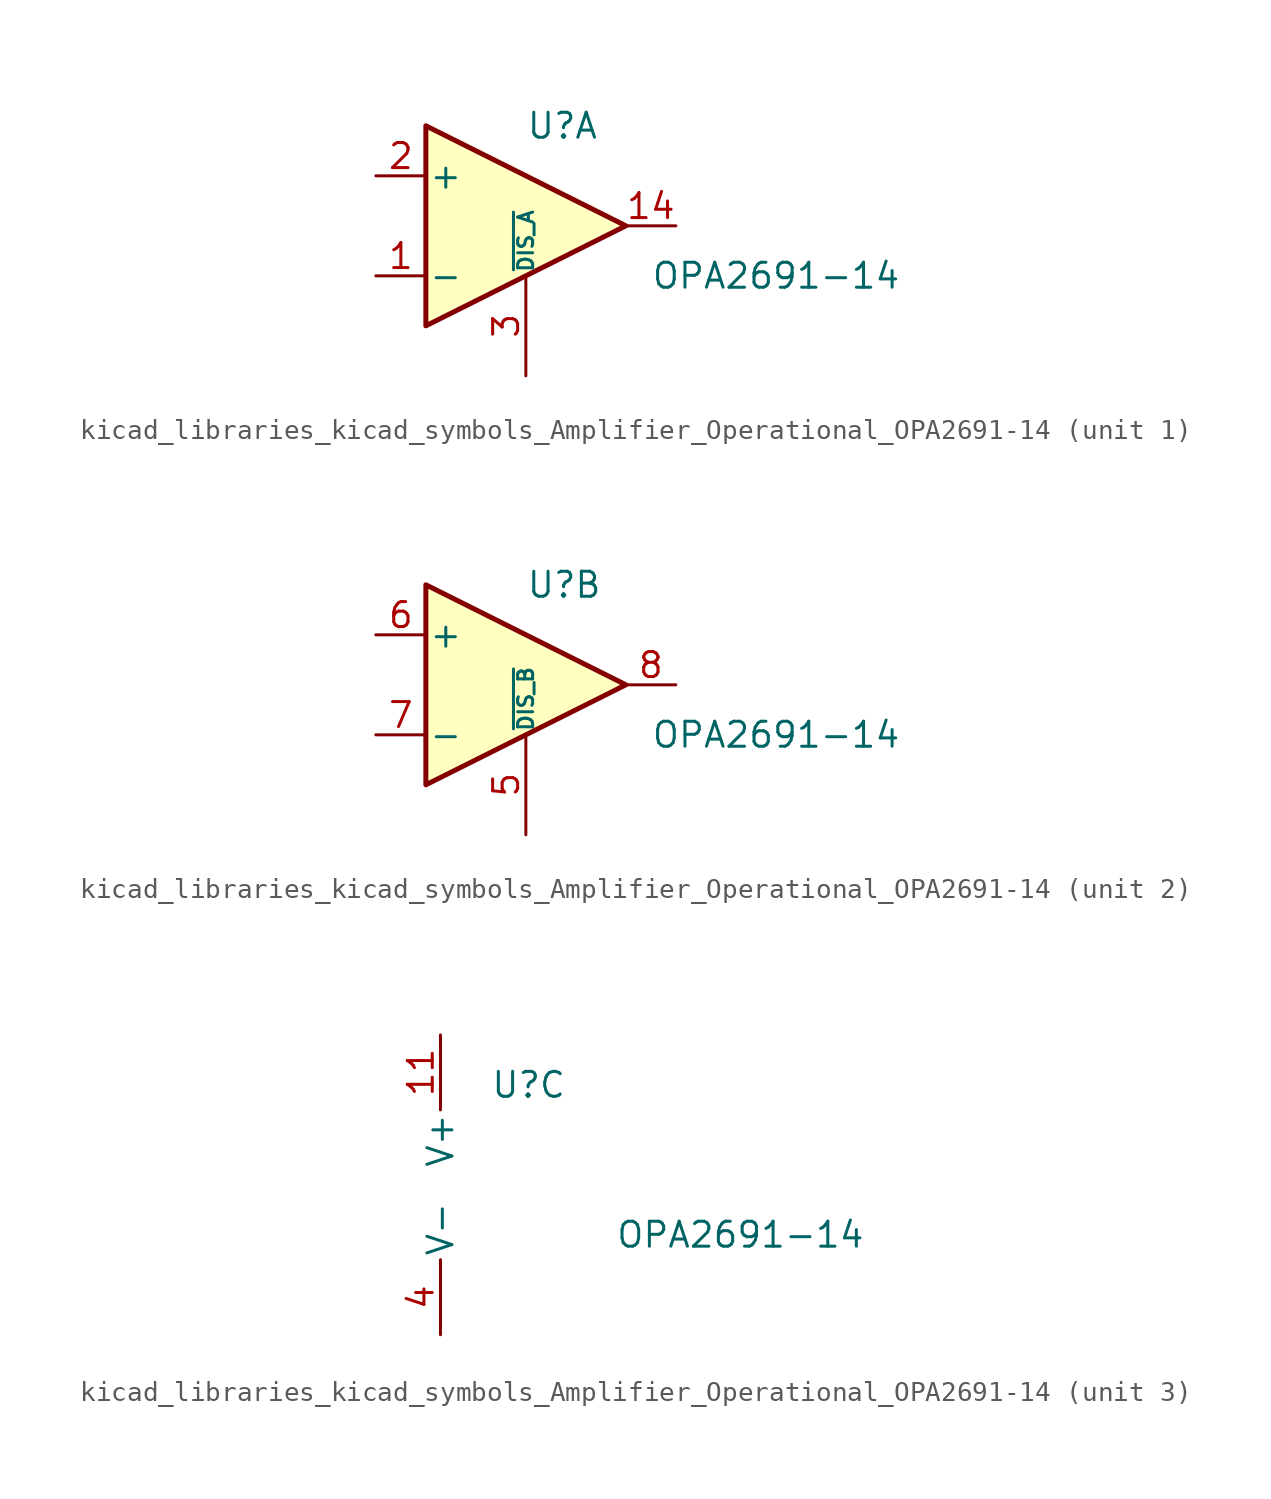
<source format=kicad_sym>
(kicad_symbol_lib
  (version 20220914)
  (generator kicad_symbol_editor)
  (symbol "kicad_libraries_kicad_symbols_Amplifier_Operational_OPA2691-14"
    (pin_names
      (offset 0.127))
    (property "Reference" "U"
      (at 0 5.08 0)
      (effects (font (size 1.27 1.27)) (justify left)))
    (property "Value" "OPA2691-14"
      (at 6.35 -2.54 0)
      (effects (font (size 1.27 1.27)) (justify left)))
    (property "ki_locked" ""
      (at 0 0 0)
      (effects (font (size 1.27 1.27))))
    (symbol "kicad_libraries_kicad_symbols_Amplifier_Operational_OPA2691-14_1_1"
      (polyline (pts (xy -5.08 5.08) (xy 5.08 0) (xy -5.08 -5.08) (xy -5.08 5.08)) (stroke (width 0.254) (type default)) (fill (type background)))
      (pin input line (at -7.62 -2.54 0) (length 2.54) (name "-" (effects (font (size 1.27 1.27)))) (number "1" (effects (font (size 1.27 1.27)))))
      (pin no_connect line (at 0 -2.54 90) (length 2.54) hide (name "NC" (effects (font (size 1.27 1.27)))) (number "10" (effects (font (size 1.27 1.27)))))
      (pin output line (at 7.62 0 180) (length 2.54) (name "~" (effects (font (size 1.27 1.27)))) (number "14" (effects (font (size 1.27 1.27)))))
      (pin input line (at -7.62 2.54 0) (length 2.54) (name "+" (effects (font (size 1.27 1.27)))) (number "2" (effects (font (size 1.27 1.27)))))
      (pin input line (at 0 -7.62 90) (length 5.08) (name "~{DIS_A}" (effects (font (size 0.762 0.762)))) (number "3" (effects (font (size 1.27 1.27)))))
      (pin no_connect line (at -2.54 -2.54 90) (length 2.54) hide (name "NC" (effects (font (size 1.27 1.27)))) (number "9" (effects (font (size 1.27 1.27))))))
    (symbol "kicad_libraries_kicad_symbols_Amplifier_Operational_OPA2691-14_2_1"
      (polyline (pts (xy -5.08 5.08) (xy 5.08 0) (xy -5.08 -5.08) (xy -5.08 5.08)) (stroke (width 0.254) (type default)) (fill (type background)))
      (pin no_connect line (at -2.54 -2.54 90) (length 2.54) hide (name "NC" (effects (font (size 1.27 1.27)))) (number "12" (effects (font (size 1.27 1.27)))))
      (pin no_connect line (at 0 -2.54 90) (length 2.54) hide (name "NC" (effects (font (size 1.27 1.27)))) (number "13" (effects (font (size 1.27 1.27)))))
      (pin input line (at 0 -7.62 90) (length 5.08) (name "~{DIS_B}" (effects (font (size 0.762 0.762)))) (number "5" (effects (font (size 1.27 1.27)))))
      (pin input line (at -7.62 2.54 0) (length 2.54) (name "+" (effects (font (size 1.27 1.27)))) (number "6" (effects (font (size 1.27 1.27)))))
      (pin input line (at -7.62 -2.54 0) (length 2.54) (name "-" (effects (font (size 1.27 1.27)))) (number "7" (effects (font (size 1.27 1.27)))))
      (pin output line (at 7.62 0 180) (length 2.54) (name "~" (effects (font (size 1.27 1.27)))) (number "8" (effects (font (size 1.27 1.27))))))
    (symbol "kicad_libraries_kicad_symbols_Amplifier_Operational_OPA2691-14_3_1"
      (pin power_in line (at -2.54 7.62 270) (length 3.81) (name "V+" (effects (font (size 1.27 1.27)))) (number "11" (effects (font (size 1.27 1.27)))))
      (pin power_in line (at -2.54 -7.62 90) (length 3.81) (name "V-" (effects (font (size 1.27 1.27)))) (number "4" (effects (font (size 1.27 1.27))))))))
</source>
